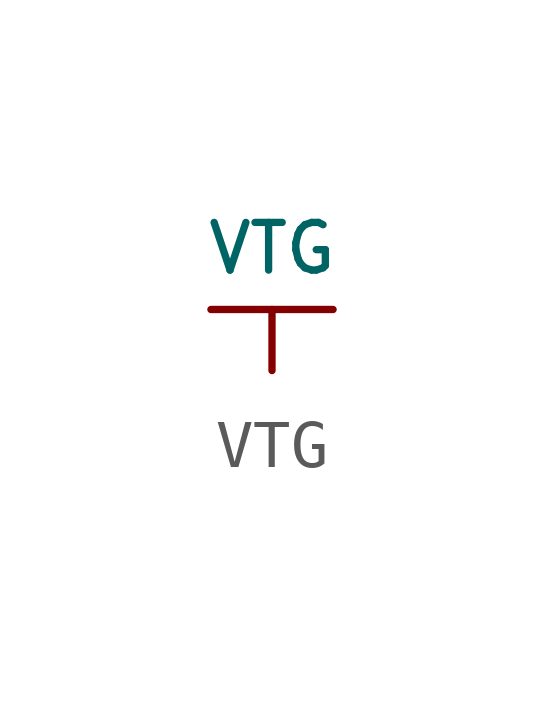
<source format=kicad_sym>
(kicad_symbol_lib
  (version 20220914)
  (generator kicad_symbol_editor)
  (symbol "VTG"
    (power)
    (pin_numbers hide)
    (pin_names
      (offset 0) hide)
    (property "Reference" "#PWR"
      (at 0 -2.54 0)
      (effects (font (size 1.524 1.524)) hide))
    (property "Value" "VTG"
      (at 0 1.27 0)
      (effects (font (size 0.991 0.991))))
    (property "Footprint" ""
      (at 0 0 0)
      (effects (font (size 1.524 1.524))))
    (property "Datasheet" ""
      (at 0 0 0)
      (effects (font (size 1.524 1.524))))
    (symbol "VTG_0_1"
      (polyline (pts (xy -1.27 0) (xy 1.27 0)) (stroke (width 0) (type default)) (fill (type none))))
    (symbol "VTG_1_1"
      (pin power_in line (at 0 -1.27 90) (length 1.27) (name "VTG" (effects (font (size 1.27 1.27)))) (number "1" (effects (font (size 1.27 1.27))))))))
</source>
